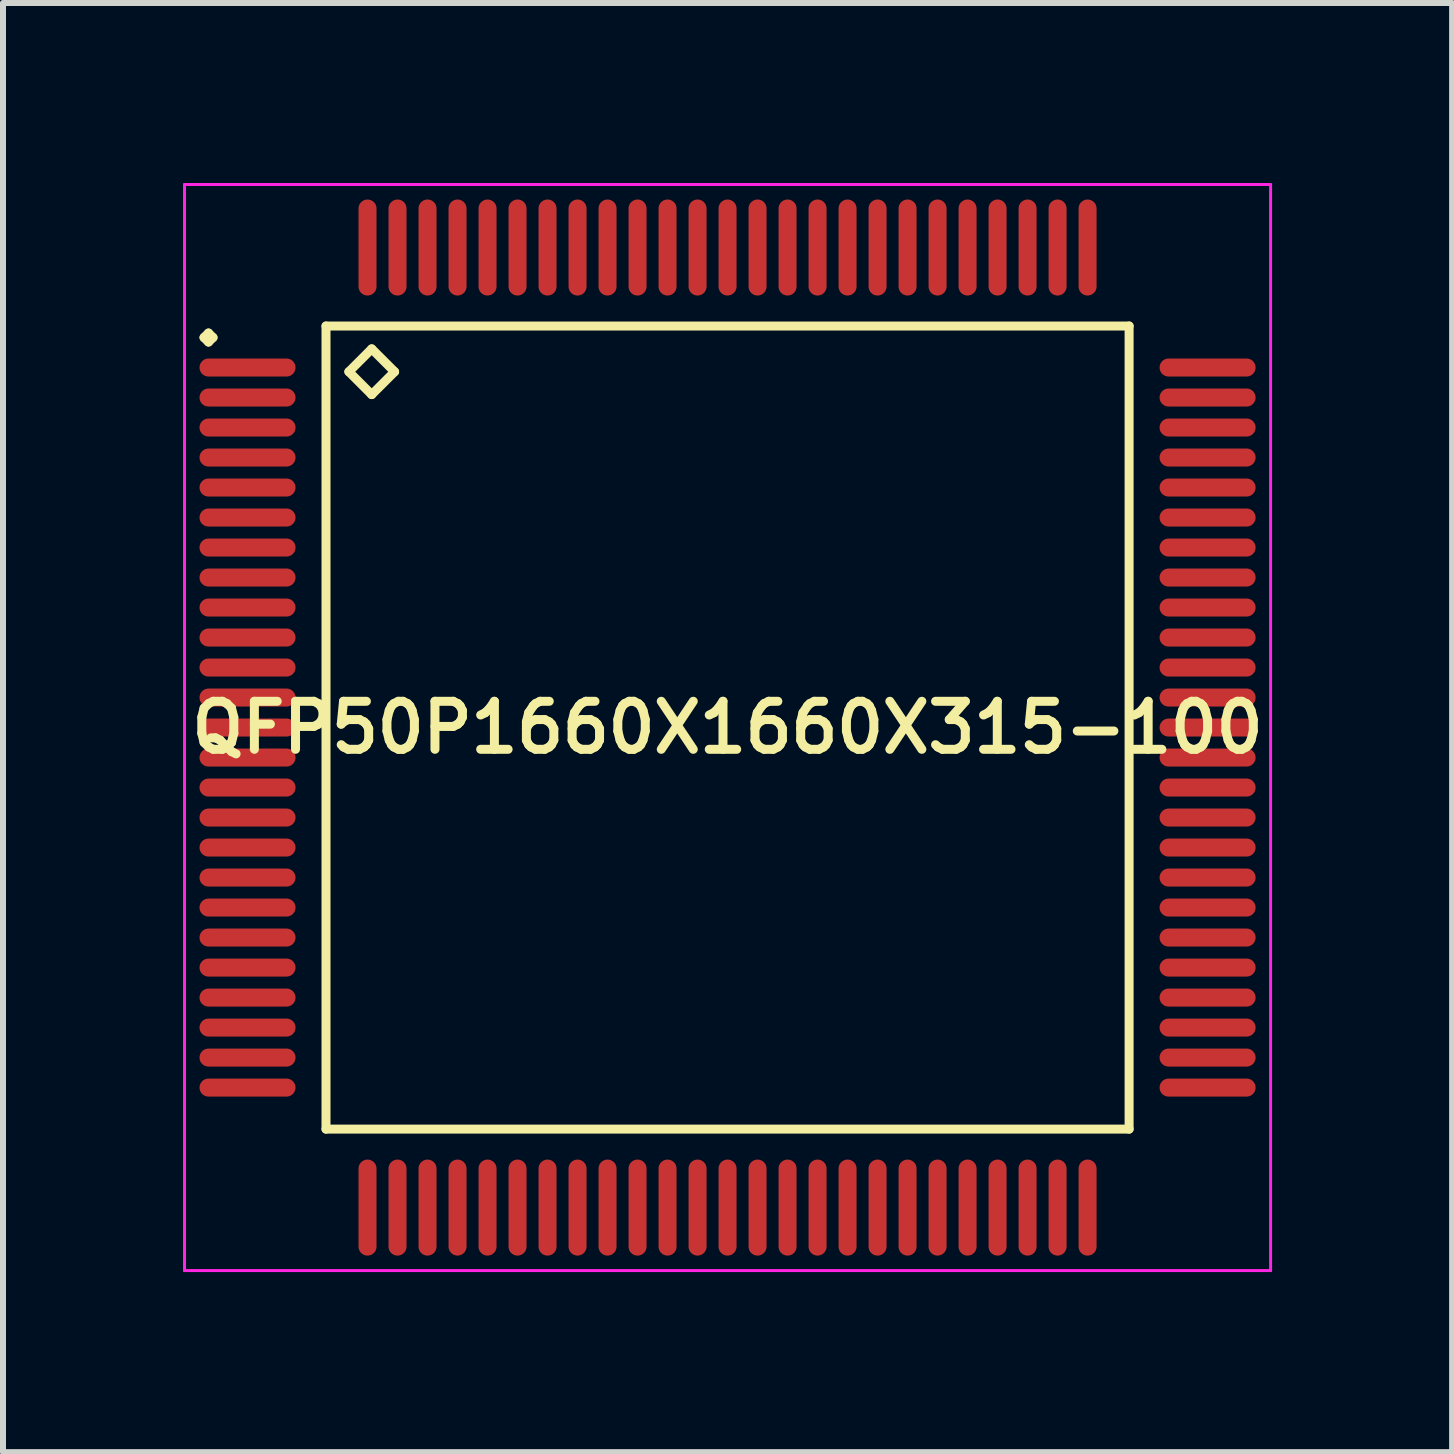
<source format=kicad_pcb>
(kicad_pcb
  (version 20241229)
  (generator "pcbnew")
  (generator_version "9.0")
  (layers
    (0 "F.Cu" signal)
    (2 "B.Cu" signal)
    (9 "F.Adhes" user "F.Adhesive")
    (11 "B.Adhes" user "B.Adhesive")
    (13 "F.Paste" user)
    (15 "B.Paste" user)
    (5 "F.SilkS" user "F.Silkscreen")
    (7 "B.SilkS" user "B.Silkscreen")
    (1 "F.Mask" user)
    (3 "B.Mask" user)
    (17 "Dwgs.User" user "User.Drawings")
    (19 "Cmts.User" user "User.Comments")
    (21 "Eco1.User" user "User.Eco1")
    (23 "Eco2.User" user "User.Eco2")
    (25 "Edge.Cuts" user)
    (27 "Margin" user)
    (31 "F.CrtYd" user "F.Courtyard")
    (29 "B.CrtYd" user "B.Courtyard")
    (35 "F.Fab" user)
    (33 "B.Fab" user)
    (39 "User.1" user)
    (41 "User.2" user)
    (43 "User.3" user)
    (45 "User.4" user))
  (footprint "QFP50P1660X1660X315-100"
    (layer "F.Cu")
    (at 9.075 9.075)
    (property "Reference" "QFP50P1660X1660X315-100" (at 0 0 0) (layer "F.SilkS") (effects (font (size 0.8 0.8) (thickness 0.15))))
    (attr smd)
    (fp_line (start -8.725 -6.5) (end -8.65 -6.575) (stroke (width 0.15) (type solid)) (layer "F.SilkS"))
    (fp_line (start -8.65 -6.575) (end -8.575 -6.5) (stroke (width 0.15) (type solid)) (layer "F.SilkS"))
    (fp_line (start -8.65 -6.425) (end -8.725 -6.5) (stroke (width 0.15) (type solid)) (layer "F.SilkS"))
    (fp_line (start -8.575 -6.5) (end -8.65 -6.425) (stroke (width 0.15) (type solid)) (layer "F.SilkS"))
    (fp_line (start -6.692 -6.692) (end -6.692 6.692) (stroke (width 0.15) (type solid)) (layer "F.SilkS"))
    (fp_line (start -6.692 6.692) (end 6.692 6.692) (stroke (width 0.15) (type solid)) (layer "F.SilkS"))
    (fp_line (start -6.311 -5.93) (end -5.93 -6.311) (stroke (width 0.15) (type solid)) (layer "F.SilkS"))
    (fp_line (start -5.93 -6.311) (end -5.549 -5.93) (stroke (width 0.15) (type solid)) (layer "F.SilkS"))
    (fp_line (start -5.93 -5.549) (end -6.311 -5.93) (stroke (width 0.15) (type solid)) (layer "F.SilkS"))
    (fp_line (start -5.549 -5.93) (end -5.93 -5.549) (stroke (width 0.15) (type solid)) (layer "F.SilkS"))
    (fp_line (start 6.692 -6.692) (end -6.692 -6.692) (stroke (width 0.15) (type solid)) (layer "F.SilkS"))
    (fp_line (start 6.692 6.692) (end 6.692 -6.692) (stroke (width 0.15) (type solid)) (layer "F.SilkS"))
    (fp_line (start -9.05 -9.05) (end 9.05 -9.05) (stroke (width 0.05) (type solid)) (layer "F.CrtYd"))
    (fp_line (start -9.05 9.05) (end -9.05 -9.05) (stroke (width 0.05) (type solid)) (layer "F.CrtYd"))
    (fp_line (start 9.05 -9.05) (end 9.05 9.05) (stroke (width 0.05) (type solid)) (layer "F.CrtYd"))
    (fp_line (start 9.05 9.05) (end -9.05 9.05) (stroke (width 0.05) (type solid)) (layer "F.CrtYd"))
    (pad "1" smd oval (at -8 -6) (size 1.6 0.3) (layers "F.Cu" "F.Mask" "F.Paste"))
    (pad "2" smd oval (at -8 -5.5) (size 1.6 0.3) (layers "F.Cu" "F.Mask" "F.Paste"))
    (pad "3" smd oval (at -8 -5) (size 1.6 0.3) (layers "F.Cu" "F.Mask" "F.Paste"))
    (pad "4" smd oval (at -8 -4.5) (size 1.6 0.3) (layers "F.Cu" "F.Mask" "F.Paste"))
    (pad "5" smd oval (at -8 -4) (size 1.6 0.3) (layers "F.Cu" "F.Mask" "F.Paste"))
    (pad "6" smd oval (at -8 -3.5) (size 1.6 0.3) (layers "F.Cu" "F.Mask" "F.Paste"))
    (pad "7" smd oval (at -8 -3) (size 1.6 0.3) (layers "F.Cu" "F.Mask" "F.Paste"))
    (pad "8" smd oval (at -8 -2.5) (size 1.6 0.3) (layers "F.Cu" "F.Mask" "F.Paste"))
    (pad "9" smd oval (at -8 -2) (size 1.6 0.3) (layers "F.Cu" "F.Mask" "F.Paste"))
    (pad "10" smd oval (at -8 -1.5) (size 1.6 0.3) (layers "F.Cu" "F.Mask" "F.Paste"))
    (pad "11" smd oval (at -8 -1) (size 1.6 0.3) (layers "F.Cu" "F.Mask" "F.Paste"))
    (pad "12" smd oval (at -8 -0.5) (size 1.6 0.3) (layers "F.Cu" "F.Mask" "F.Paste"))
    (pad "13" smd oval (at -8 0) (size 1.6 0.3) (layers "F.Cu" "F.Mask" "F.Paste"))
    (pad "14" smd oval (at -8 0.5) (size 1.6 0.3) (layers "F.Cu" "F.Mask" "F.Paste"))
    (pad "15" smd oval (at -8 1) (size 1.6 0.3) (layers "F.Cu" "F.Mask" "F.Paste"))
    (pad "16" smd oval (at -8 1.5) (size 1.6 0.3) (layers "F.Cu" "F.Mask" "F.Paste"))
    (pad "17" smd oval (at -8 2) (size 1.6 0.3) (layers "F.Cu" "F.Mask" "F.Paste"))
    (pad "18" smd oval (at -8 2.5) (size 1.6 0.3) (layers "F.Cu" "F.Mask" "F.Paste"))
    (pad "19" smd oval (at -8 3) (size 1.6 0.3) (layers "F.Cu" "F.Mask" "F.Paste"))
    (pad "20" smd oval (at -8 3.5) (size 1.6 0.3) (layers "F.Cu" "F.Mask" "F.Paste"))
    (pad "21" smd oval (at -8 4) (size 1.6 0.3) (layers "F.Cu" "F.Mask" "F.Paste"))
    (pad "22" smd oval (at -8 4.5) (size 1.6 0.3) (layers "F.Cu" "F.Mask" "F.Paste"))
    (pad "23" smd oval (at -8 5) (size 1.6 0.3) (layers "F.Cu" "F.Mask" "F.Paste"))
    (pad "24" smd oval (at -8 5.5) (size 1.6 0.3) (layers "F.Cu" "F.Mask" "F.Paste"))
    (pad "25" smd oval (at -8 6) (size 1.6 0.3) (layers "F.Cu" "F.Mask" "F.Paste"))
    (pad "26" smd oval (at -6 8) (size 0.3 1.6) (layers "F.Cu" "F.Mask" "F.Paste"))
    (pad "27" smd oval (at -5.5 8) (size 0.3 1.6) (layers "F.Cu" "F.Mask" "F.Paste"))
    (pad "28" smd oval (at -5 8) (size 0.3 1.6) (layers "F.Cu" "F.Mask" "F.Paste"))
    (pad "29" smd oval (at -4.5 8) (size 0.3 1.6) (layers "F.Cu" "F.Mask" "F.Paste"))
    (pad "30" smd oval (at -4 8) (size 0.3 1.6) (layers "F.Cu" "F.Mask" "F.Paste"))
    (pad "31" smd oval (at -3.5 8) (size 0.3 1.6) (layers "F.Cu" "F.Mask" "F.Paste"))
    (pad "32" smd oval (at -3 8) (size 0.3 1.6) (layers "F.Cu" "F.Mask" "F.Paste"))
    (pad "33" smd oval (at -2.5 8) (size 0.3 1.6) (layers "F.Cu" "F.Mask" "F.Paste"))
    (pad "34" smd oval (at -2 8) (size 0.3 1.6) (layers "F.Cu" "F.Mask" "F.Paste"))
    (pad "35" smd oval (at -1.5 8) (size 0.3 1.6) (layers "F.Cu" "F.Mask" "F.Paste"))
    (pad "36" smd oval (at -1 8) (size 0.3 1.6) (layers "F.Cu" "F.Mask" "F.Paste"))
    (pad "37" smd oval (at -0.5 8) (size 0.3 1.6) (layers "F.Cu" "F.Mask" "F.Paste"))
    (pad "38" smd oval (at 0 8) (size 0.3 1.6) (layers "F.Cu" "F.Mask" "F.Paste"))
    (pad "39" smd oval (at 0.5 8) (size 0.3 1.6) (layers "F.Cu" "F.Mask" "F.Paste"))
    (pad "40" smd oval (at 1 8) (size 0.3 1.6) (layers "F.Cu" "F.Mask" "F.Paste"))
    (pad "41" smd oval (at 1.5 8) (size 0.3 1.6) (layers "F.Cu" "F.Mask" "F.Paste"))
    (pad "42" smd oval (at 2 8) (size 0.3 1.6) (layers "F.Cu" "F.Mask" "F.Paste"))
    (pad "43" smd oval (at 2.5 8) (size 0.3 1.6) (layers "F.Cu" "F.Mask" "F.Paste"))
    (pad "44" smd oval (at 3 8) (size 0.3 1.6) (layers "F.Cu" "F.Mask" "F.Paste"))
    (pad "45" smd oval (at 3.5 8) (size 0.3 1.6) (layers "F.Cu" "F.Mask" "F.Paste"))
    (pad "46" smd oval (at 4 8) (size 0.3 1.6) (layers "F.Cu" "F.Mask" "F.Paste"))
    (pad "47" smd oval (at 4.5 8) (size 0.3 1.6) (layers "F.Cu" "F.Mask" "F.Paste"))
    (pad "48" smd oval (at 5 8) (size 0.3 1.6) (layers "F.Cu" "F.Mask" "F.Paste"))
    (pad "49" smd oval (at 5.5 8) (size 0.3 1.6) (layers "F.Cu" "F.Mask" "F.Paste"))
    (pad "50" smd oval (at 6 8) (size 0.3 1.6) (layers "F.Cu" "F.Mask" "F.Paste"))
    (pad "51" smd oval (at 8 6) (size 1.6 0.3) (layers "F.Cu" "F.Mask" "F.Paste"))
    (pad "52" smd oval (at 8 5.5) (size 1.6 0.3) (layers "F.Cu" "F.Mask" "F.Paste"))
    (pad "53" smd oval (at 8 5) (size 1.6 0.3) (layers "F.Cu" "F.Mask" "F.Paste"))
    (pad "54" smd oval (at 8 4.5) (size 1.6 0.3) (layers "F.Cu" "F.Mask" "F.Paste"))
    (pad "55" smd oval (at 8 4) (size 1.6 0.3) (layers "F.Cu" "F.Mask" "F.Paste"))
    (pad "56" smd oval (at 8 3.5) (size 1.6 0.3) (layers "F.Cu" "F.Mask" "F.Paste"))
    (pad "57" smd oval (at 8 3) (size 1.6 0.3) (layers "F.Cu" "F.Mask" "F.Paste"))
    (pad "58" smd oval (at 8 2.5) (size 1.6 0.3) (layers "F.Cu" "F.Mask" "F.Paste"))
    (pad "59" smd oval (at 8 2) (size 1.6 0.3) (layers "F.Cu" "F.Mask" "F.Paste"))
    (pad "60" smd oval (at 8 1.5) (size 1.6 0.3) (layers "F.Cu" "F.Mask" "F.Paste"))
    (pad "61" smd oval (at 8 1) (size 1.6 0.3) (layers "F.Cu" "F.Mask" "F.Paste"))
    (pad "62" smd oval (at 8 0.5) (size 1.6 0.3) (layers "F.Cu" "F.Mask" "F.Paste"))
    (pad "63" smd oval (at 8 0) (size 1.6 0.3) (layers "F.Cu" "F.Mask" "F.Paste"))
    (pad "64" smd oval (at 8 -0.5) (size 1.6 0.3) (layers "F.Cu" "F.Mask" "F.Paste"))
    (pad "65" smd oval (at 8 -1) (size 1.6 0.3) (layers "F.Cu" "F.Mask" "F.Paste"))
    (pad "66" smd oval (at 8 -1.5) (size 1.6 0.3) (layers "F.Cu" "F.Mask" "F.Paste"))
    (pad "67" smd oval (at 8 -2) (size 1.6 0.3) (layers "F.Cu" "F.Mask" "F.Paste"))
    (pad "68" smd oval (at 8 -2.5) (size 1.6 0.3) (layers "F.Cu" "F.Mask" "F.Paste"))
    (pad "69" smd oval (at 8 -3) (size 1.6 0.3) (layers "F.Cu" "F.Mask" "F.Paste"))
    (pad "70" smd oval (at 8 -3.5) (size 1.6 0.3) (layers "F.Cu" "F.Mask" "F.Paste"))
    (pad "71" smd oval (at 8 -4) (size 1.6 0.3) (layers "F.Cu" "F.Mask" "F.Paste"))
    (pad "72" smd oval (at 8 -4.5) (size 1.6 0.3) (layers "F.Cu" "F.Mask" "F.Paste"))
    (pad "73" smd oval (at 8 -5) (size 1.6 0.3) (layers "F.Cu" "F.Mask" "F.Paste"))
    (pad "74" smd oval (at 8 -5.5) (size 1.6 0.3) (layers "F.Cu" "F.Mask" "F.Paste"))
    (pad "75" smd oval (at 8 -6) (size 1.6 0.3) (layers "F.Cu" "F.Mask" "F.Paste"))
    (pad "76" smd oval (at 6 -8) (size 0.3 1.6) (layers "F.Cu" "F.Mask" "F.Paste"))
    (pad "77" smd oval (at 5.5 -8) (size 0.3 1.6) (layers "F.Cu" "F.Mask" "F.Paste"))
    (pad "78" smd oval (at 5 -8) (size 0.3 1.6) (layers "F.Cu" "F.Mask" "F.Paste"))
    (pad "79" smd oval (at 4.5 -8) (size 0.3 1.6) (layers "F.Cu" "F.Mask" "F.Paste"))
    (pad "80" smd oval (at 4 -8) (size 0.3 1.6) (layers "F.Cu" "F.Mask" "F.Paste"))
    (pad "81" smd oval (at 3.5 -8) (size 0.3 1.6) (layers "F.Cu" "F.Mask" "F.Paste"))
    (pad "82" smd oval (at 3 -8) (size 0.3 1.6) (layers "F.Cu" "F.Mask" "F.Paste"))
    (pad "83" smd oval (at 2.5 -8) (size 0.3 1.6) (layers "F.Cu" "F.Mask" "F.Paste"))
    (pad "84" smd oval (at 2 -8) (size 0.3 1.6) (layers "F.Cu" "F.Mask" "F.Paste"))
    (pad "85" smd oval (at 1.5 -8) (size 0.3 1.6) (layers "F.Cu" "F.Mask" "F.Paste"))
    (pad "86" smd oval (at 1 -8) (size 0.3 1.6) (layers "F.Cu" "F.Mask" "F.Paste"))
    (pad "87" smd oval (at 0.5 -8) (size 0.3 1.6) (layers "F.Cu" "F.Mask" "F.Paste"))
    (pad "88" smd oval (at 0 -8) (size 0.3 1.6) (layers "F.Cu" "F.Mask" "F.Paste"))
    (pad "89" smd oval (at -0.5 -8) (size 0.3 1.6) (layers "F.Cu" "F.Mask" "F.Paste"))
    (pad "90" smd oval (at -1 -8) (size 0.3 1.6) (layers "F.Cu" "F.Mask" "F.Paste"))
    (pad "91" smd oval (at -1.5 -8) (size 0.3 1.6) (layers "F.Cu" "F.Mask" "F.Paste"))
    (pad "92" smd oval (at -2 -8) (size 0.3 1.6) (layers "F.Cu" "F.Mask" "F.Paste"))
    (pad "93" smd oval (at -2.5 -8) (size 0.3 1.6) (layers "F.Cu" "F.Mask" "F.Paste"))
    (pad "94" smd oval (at -3 -8) (size 0.3 1.6) (layers "F.Cu" "F.Mask" "F.Paste"))
    (pad "95" smd oval (at -3.5 -8) (size 0.3 1.6) (layers "F.Cu" "F.Mask" "F.Paste"))
    (pad "96" smd oval (at -4 -8) (size 0.3 1.6) (layers "F.Cu" "F.Mask" "F.Paste"))
    (pad "97" smd oval (at -4.5 -8) (size 0.3 1.6) (layers "F.Cu" "F.Mask" "F.Paste"))
    (pad "98" smd oval (at -5 -8) (size 0.3 1.6) (layers "F.Cu" "F.Mask" "F.Paste"))
    (pad "99" smd oval (at -5.5 -8) (size 0.3 1.6) (layers "F.Cu" "F.Mask" "F.Paste"))
    (pad "100" smd oval (at -6 -8) (size 0.3 1.6) (layers "F.Cu" "F.Mask" "F.Paste")))
  (gr_rect
    (start -3 -3)
    (end 21.15 21.15)
    (stroke (width 0.1) (type default))
    (fill no)
    (layer "Edge.Cuts")))
</source>
